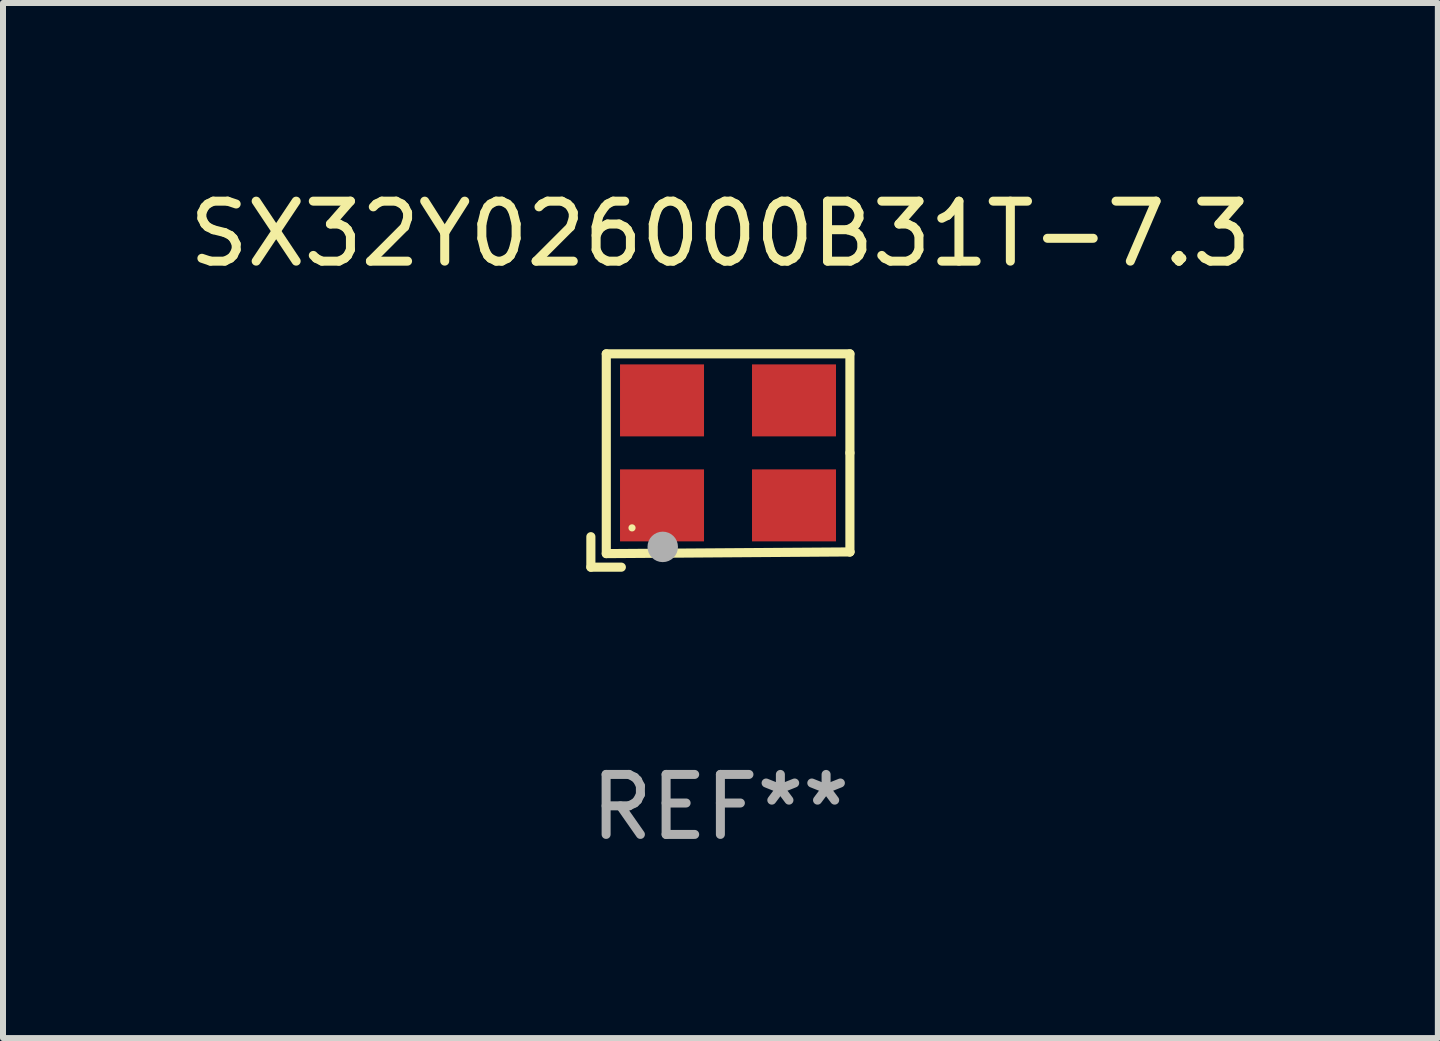
<source format=kicad_pcb>
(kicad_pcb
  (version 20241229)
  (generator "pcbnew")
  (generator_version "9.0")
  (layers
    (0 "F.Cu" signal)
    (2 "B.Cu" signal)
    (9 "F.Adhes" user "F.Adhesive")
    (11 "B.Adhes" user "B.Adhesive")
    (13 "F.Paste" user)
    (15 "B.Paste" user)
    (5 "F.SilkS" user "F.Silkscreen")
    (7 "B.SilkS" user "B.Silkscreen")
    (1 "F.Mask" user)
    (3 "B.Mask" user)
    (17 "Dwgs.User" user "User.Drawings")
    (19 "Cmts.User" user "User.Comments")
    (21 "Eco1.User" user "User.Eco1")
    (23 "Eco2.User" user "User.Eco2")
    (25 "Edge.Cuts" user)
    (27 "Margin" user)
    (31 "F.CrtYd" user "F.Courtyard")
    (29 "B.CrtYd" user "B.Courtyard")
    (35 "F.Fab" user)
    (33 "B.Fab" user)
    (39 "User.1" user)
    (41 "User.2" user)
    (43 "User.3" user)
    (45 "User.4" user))
  (footprint "SX32Y026000B31T-7.3"
    (layer "F.Cu")
    (at 8.958 4.626)
    (property "Reference" "SX32Y026000B31T-7.3" (at 0 -3.778 0) (layer "F.SilkS") (effects (font (size 1 1) (thickness 0.15))))
    (attr through_hole)
    (fp_line (start -2.159 1.27) (end -2.159 1.778) (stroke (width 0.152) (type solid)) (layer "F.SilkS"))
    (fp_line (start -2.159 1.778) (end -1.651 1.778) (stroke (width 0.152) (type solid)) (layer "F.SilkS"))
    (fp_line (start -1.902 -1.778) (end 2.159 -1.778) (stroke (width 0.152) (type solid)) (layer "F.SilkS"))
    (fp_line (start -1.902 1.552) (end -1.902 -1.778) (stroke (width 0.152) (type solid)) (layer "F.SilkS"))
    (fp_line (start 2.159 -1.778) (end 2.159 -0.127) (stroke (width 0.152) (type solid)) (layer "F.SilkS"))
    (fp_line (start 2.159 -0.127) (end 2.159 1.524) (stroke (width 0.152) (type solid)) (layer "F.SilkS"))
    (fp_line (start 2.159 1.524) (end -1.902 1.552) (stroke (width 0.152) (type solid)) (layer "F.SilkS"))
    (fp_line (start 2.159 1.524) (end 2.159 1.524) (stroke (width 0.152) (type solid)) (layer "F.SilkS"))
    (fp_circle (center -1.473 1.123) (end -1.443 1.123) (stroke (width 0.06) (type solid)) (fill no) (layer "F.SilkS"))
    (fp_circle (center -0.961 1.44) (end -0.834 1.44) (stroke (width 0.254) (type solid)) (fill no) (layer "F.Fab"))
    (fp_text user "REF**" (at 0 5.778 0) (layer "F.Fab") (effects (font (size 1 1) (thickness 0.15))))
    (pad "1" smd rect (at -0.973 0.748) (size 1.4 1.2) (layers "F.Cu" "F.Mask" "F.Paste"))
    (pad "2" smd rect (at 1.227 0.748) (size 1.4 1.2) (layers "F.Cu" "F.Mask" "F.Paste"))
    (pad "3" smd rect (at 1.227 -1.002) (size 1.4 1.2) (layers "F.Cu" "F.Mask" "F.Paste"))
    (pad "4" smd rect (at -0.973 -1.002) (size 1.4 1.2) (layers "F.Cu" "F.Mask" "F.Paste")))
  (gr_rect
    (start -3 -3)
    (end 20.917 14.253)
    (stroke (width 0.1) (type default))
    (fill no)
    (layer "Edge.Cuts")))
</source>
